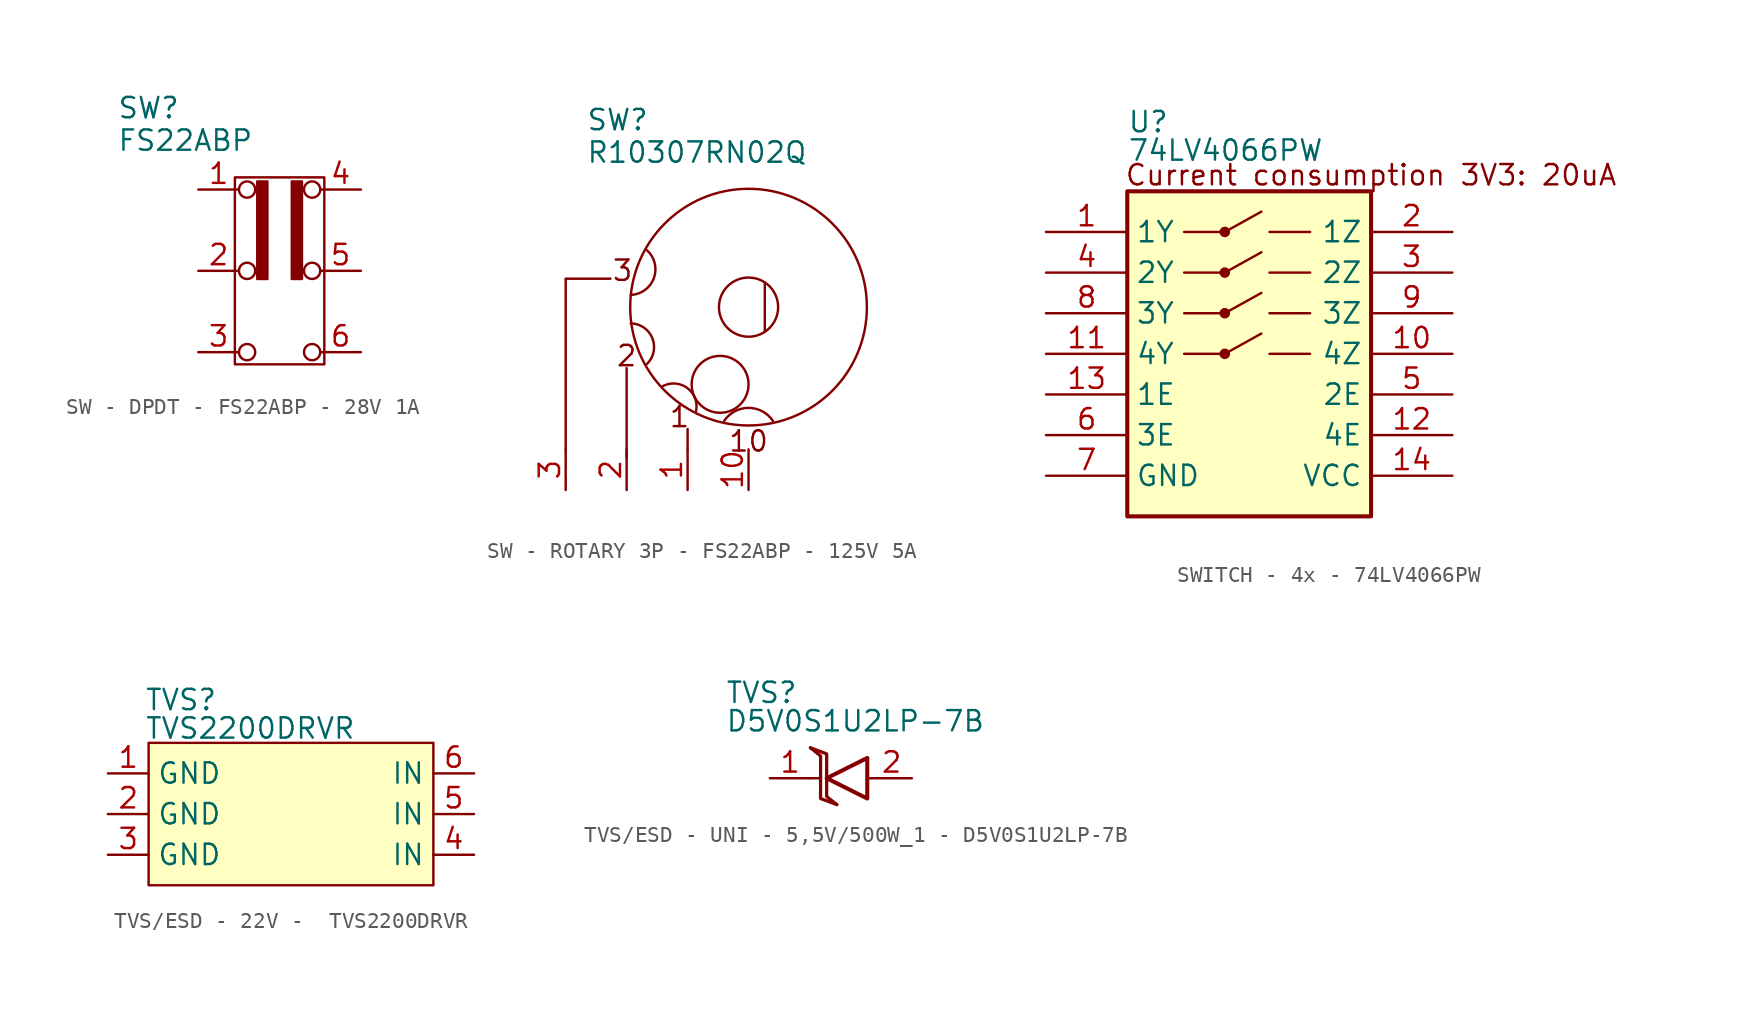
<source format=kicad_sym>
(kicad_symbol_lib
  (version 20241209)
  (generator "kicad_symbol_editor")
  (generator_version "9.0")
  (symbol "SW - DPDT - FS22ABP - 28V 1A"
    (pin_names
      (hide yes))
    (property "Reference" "SW"
      (at -10.16 10.922 0)
      (effects (font (size 1.27 1.27)) (justify left top)))
    (property "Value" "FS22ABP"
      (at -10.16 8.89 0)
      (effects (font (size 1.27 1.27)) (justify left top)))
    (symbol "SW - DPDT - FS22ABP - 28V 1A_0_0"
      (circle (center -2.032 5.08) (radius 0.508) (stroke (width 0) (type default)) (fill (type none)))
      (circle (center -2.032 -5.08) (radius 0.508) (stroke (width 0) (type default)) (fill (type none)))
      (circle (center 2.032 0) (radius 0.508) (stroke (width 0) (type default)) (fill (type none)))
      (circle (center 2.032 -5.08) (radius 0.508) (stroke (width 0) (type default)) (fill (type none))))
    (symbol "SW - DPDT - FS22ABP - 28V 1A_0_1"
      (rectangle (start -2.794 5.842) (end 2.794 -5.842) (stroke (width 0) (type default)) (fill (type none)))
      (circle (center -2.032 0) (radius 0.508) (stroke (width 0) (type default)) (fill (type none)))
      (circle (center 2.032 5.08) (radius 0.508) (stroke (width 0) (type default)) (fill (type none))))
    (symbol "SW - DPDT - FS22ABP - 28V 1A_1_1"
      (rectangle (start -1.397 5.588) (end -0.762 -0.508) (stroke (width 0) (type default)) (fill (type outline)))
      (rectangle (start 0.762 5.588) (end 1.397 -0.508) (stroke (width 0) (type default)) (fill (type outline)))
      (pin passive line (at -5.08 5.08 0) (length 2.54) (name "A1" (effects (font (size 1.27 1.27)))) (number "1" (effects (font (size 1.27 1.27)))))
      (pin passive line (at -5.08 0 0) (length 2.54) (name "COM" (effects (font (size 1.27 1.27)))) (number "2" (effects (font (size 1.27 1.27)))))
      (pin passive line (at -5.08 -5.08 0) (length 2.54) (name "B1" (effects (font (size 1.27 1.27)))) (number "3" (effects (font (size 1.27 1.27)))))
      (pin passive line (at 5.08 5.08 180) (length 2.54) (name "A2" (effects (font (size 1.27 1.27)))) (number "4" (effects (font (size 1.27 1.27)))))
      (pin passive line (at 5.08 0 180) (length 2.54) (name "COM" (effects (font (size 1.27 1.27)))) (number "5" (effects (font (size 1.27 1.27)))))
      (pin passive line (at 5.08 -5.08 180) (length 2.54) (name "B2" (effects (font (size 1.27 1.27)))) (number "6" (effects (font (size 1.27 1.27)))))))
  (symbol "SW - ROTARY 3P - FS22ABP - 125V 5A"
    (pin_names
      (hide yes))
    (property "Reference" "SW"
      (at -10.16 12.446 0)
      (effects (font (size 1.27 1.27)) (justify left top)))
    (property "Value" "R10307RN02Q"
      (at -10.16 10.414 0)
      (effects (font (size 1.27 1.27)) (justify left top)))
    (symbol "SW - ROTARY 3P - FS22ABP - 125V 5A_0_0"
      (polyline (pts (xy -11.43 -8.89) (xy -11.43 1.778) (xy -8.636 1.778)) (stroke (width 0) (type default)) (fill (type none)))
      (arc (start -6.35 3.556) (mid -5.9152 1.8161) (end -7.366 0.762) (stroke (width 0) (type default)) (fill (type none)))
      (arc (start -7.366 -1.016) (mid -6.0092 -1.9465) (end -6.35 -3.556) (stroke (width 0) (type default)) (fill (type none)))
      (arc (start -5.3797 -4.9481) (mid -3.7901 -5.0851) (end -3.302 -6.604) (stroke (width 0) (type default)) (fill (type none)))
      (polyline (pts (xy -3.81 -8.89) (xy -3.81 -7.62)) (stroke (width 0) (type default)) (fill (type none)))
      (circle (center -1.778 -4.826) (radius 1.778) (stroke (width 0) (type default)) (fill (type none)))
      (arc (start -1.524 -7.112) (mid 0 -6.2964) (end 1.524 -7.112) (stroke (width 0) (type default)) (fill (type none)))
      (polyline (pts (xy 1.016 1.524) (xy 1.016 -1.524)) (stroke (width 0) (type default)) (fill (type none)))
      (text "3" (at -7.874 2.286 0) (effects (font (size 1.27 1.27))))
      (text "2" (at -7.62 -3.048 0) (effects (font (size 1.27 1.27))))
      (text "1" (at -4.318 -6.858 0) (effects (font (size 1.27 1.27)))))
    (symbol "SW - ROTARY 3P - FS22ABP - 125V 5A_0_1"
      (circle (center 0 0) (radius 1.849) (stroke (width 0) (type default)) (fill (type none))))
    (symbol "SW - ROTARY 3P - FS22ABP - 125V 5A_1_0"
      (polyline (pts (xy -7.62 -9.398) (xy -7.62 -3.81) (xy -7.62 -4.064)) (stroke (width 0) (type default)) (fill (type none)))
      (circle (center 0 0) (radius 7.397) (stroke (width 0) (type default)) (fill (type none)))
      (text "10" (at 0 -8.382 0) (effects (font (size 1.27 1.27)))))
    (symbol "SW - ROTARY 3P - FS22ABP - 125V 5A_1_1"
      (pin passive line (at -11.43 -11.43 90) (length 2.54) (name "3" (effects (font (size 1.27 1.27)))) (number "3" (effects (font (size 1.27 1.27)))))
      (pin passive line (at -7.62 -11.43 90) (length 2.54) (name "2" (effects (font (size 1.27 1.27)))) (number "2" (effects (font (size 1.27 1.27)))))
      (pin passive line (at -3.81 -11.43 90) (length 2.54) (name "1" (effects (font (size 1.27 1.27)))) (number "1" (effects (font (size 1.27 1.27)))))
      (pin passive line (at 0 -11.43 90) (length 2.54) (name "10" (effects (font (size 1.27 1.27)))) (number "10" (effects (font (size 1.27 1.27)))))))
  (symbol "SWITCH - 4x - 74LV4066PW"
    (property "Reference" "U"
      (at -7.62 15.24 0)
      (effects (font (size 1.27 1.27)) (justify left top)))
    (property "Value" "74LV4066PW"
      (at -7.62 13.462 0)
      (effects (font (size 1.27 1.27)) (justify left top)))
    (symbol "SWITCH - 4x - 74LV4066PW_0_1"
      (polyline (pts (xy -4.064 7.62) (xy -1.524 7.62)) (stroke (width 0) (type default)) (fill (type none)))
      (polyline (pts (xy -4.064 5.08) (xy -1.524 5.08)) (stroke (width 0) (type default)) (fill (type none)))
      (polyline (pts (xy -4.064 2.54) (xy -1.524 2.54)) (stroke (width 0) (type default)) (fill (type none)))
      (polyline (pts (xy -4.064 0) (xy -1.524 0)) (stroke (width 0) (type default)) (fill (type none)))
      (polyline (pts (xy -1.524 7.62) (xy 0.762 8.89)) (stroke (width 0) (type default)) (fill (type none)))
      (polyline (pts (xy -1.524 5.08) (xy 0.762 6.35)) (stroke (width 0) (type default)) (fill (type none)))
      (polyline (pts (xy -1.524 2.54) (xy 0.762 3.81)) (stroke (width 0) (type default)) (fill (type none)))
      (polyline (pts (xy -1.524 0) (xy 0.762 1.27)) (stroke (width 0) (type default)) (fill (type none)))
      (polyline (pts (xy 3.81 7.62) (xy 1.27 7.62)) (stroke (width 0) (type default)) (fill (type none)))
      (polyline (pts (xy 3.81 5.08) (xy 1.27 5.08)) (stroke (width 0) (type default)) (fill (type none)))
      (polyline (pts (xy 3.81 2.54) (xy 1.27 2.54)) (stroke (width 0) (type default)) (fill (type none)))
      (polyline (pts (xy 3.81 0) (xy 1.27 0)) (stroke (width 0) (type default)) (fill (type none))))
    (symbol "SWITCH - 4x - 74LV4066PW_1_1"
      (rectangle (start -7.62 10.16) (end 7.62 -10.16) (stroke (width 0.254) (type default)) (fill (type background)))
      (circle (center -1.524 7.62) (radius 0.254) (stroke (width 0) (type default)) (fill (type outline)))
      (circle (center -1.524 5.08) (radius 0.254) (stroke (width 0) (type default)) (fill (type outline)))
      (circle (center -1.524 2.54) (radius 0.254) (stroke (width 0) (type default)) (fill (type outline)))
      (circle (center -1.524 0) (radius 0.254) (stroke (width 0) (type default)) (fill (type outline)))
      (text "Current consumption 3V3: 20uA" (at 7.62 11.176 0) (effects (font (size 1.27 1.27) (color 132 0 0 1))))
      (pin passive line (at -12.7 7.62 0) (length 5.08) (name "1Y" (effects (font (size 1.27 1.27)))) (number "1" (effects (font (size 1.27 1.27)))))
      (pin passive line (at -12.7 5.08 0) (length 5.08) (name "2Y" (effects (font (size 1.27 1.27)))) (number "4" (effects (font (size 1.27 1.27)))))
      (pin passive line (at -12.7 2.54 0) (length 5.08) (name "3Y" (effects (font (size 1.27 1.27)))) (number "8" (effects (font (size 1.27 1.27)))))
      (pin passive line (at -12.7 0 0) (length 5.08) (name "4Y" (effects (font (size 1.27 1.27)))) (number "11" (effects (font (size 1.27 1.27)))))
      (pin passive line (at -12.7 -2.54 0) (length 5.08) (name "1E" (effects (font (size 1.27 1.27)))) (number "13" (effects (font (size 1.27 1.27)))))
      (pin passive line (at -12.7 -5.08 0) (length 5.08) (name "3E" (effects (font (size 1.27 1.27)))) (number "6" (effects (font (size 1.27 1.27)))))
      (pin passive line (at -12.7 -7.62 0) (length 5.08) (name "GND" (effects (font (size 1.27 1.27)))) (number "7" (effects (font (size 1.27 1.27)))))
      (pin passive line (at 12.7 7.62 180) (length 5.08) (name "1Z" (effects (font (size 1.27 1.27)))) (number "2" (effects (font (size 1.27 1.27)))))
      (pin passive line (at 12.7 5.08 180) (length 5.08) (name "2Z" (effects (font (size 1.27 1.27)))) (number "3" (effects (font (size 1.27 1.27)))))
      (pin passive line (at 12.7 2.54 180) (length 5.08) (name "3Z" (effects (font (size 1.27 1.27)))) (number "9" (effects (font (size 1.27 1.27)))))
      (pin passive line (at 12.7 0 180) (length 5.08) (name "4Z" (effects (font (size 1.27 1.27)))) (number "10" (effects (font (size 1.27 1.27)))))
      (pin passive line (at 12.7 -2.54 180) (length 5.08) (name "2E" (effects (font (size 1.27 1.27)))) (number "5" (effects (font (size 1.27 1.27)))))
      (pin passive line (at 12.7 -5.08 180) (length 5.08) (name "4E" (effects (font (size 1.27 1.27)))) (number "12" (effects (font (size 1.27 1.27)))))
      (pin passive line (at 12.7 -7.62 180) (length 5.08) (name "VCC" (effects (font (size 1.27 1.27)))) (number "14" (effects (font (size 1.27 1.27)))))))
  (symbol "TVS/ESD - 22V -  TVS2200DRVR"
    (property "Reference" "TVS"
      (at -9.144 7.874 0)
      (effects (font (size 1.27 1.27)) (justify left top)))
    (property "Value" "TVS2200DRVR"
      (at -9.144 6.096 0)
      (effects (font (size 1.27 1.27)) (justify left top)))
    (symbol "TVS/ESD - 22V -  TVS2200DRVR_1_0"
      (rectangle (start -8.89 4.445) (end 8.89 -4.445) (stroke (width 0) (type default)) (fill (type background))))
    (symbol "TVS/ESD - 22V -  TVS2200DRVR_1_1"
      (pin passive line (at -11.43 2.54 0) (length 2.54) (name "GND" (effects (font (size 1.27 1.27)))) (number "1" (effects (font (size 1.27 1.27)))))
      (pin passive line (at -11.43 0 0) (length 2.54) (name "GND" (effects (font (size 1.27 1.27)))) (number "2" (effects (font (size 1.27 1.27)))))
      (pin passive line (at -11.43 0 0) (length 2.54) (hide yes) (name "GND" (effects (font (size 1.27 1.27)))) (number "7" (effects (font (size 1.27 1.27)))))
      (pin passive line (at -11.43 -2.54 0) (length 2.54) (name "GND" (effects (font (size 1.27 1.27)))) (number "3" (effects (font (size 1.27 1.27)))))
      (pin passive line (at 11.43 2.54 180) (length 2.54) (name "IN" (effects (font (size 1.27 1.27)))) (number "6" (effects (font (size 1.27 1.27)))))
      (pin passive line (at 11.43 0 180) (length 2.54) (name "IN" (effects (font (size 1.27 1.27)))) (number "5" (effects (font (size 1.27 1.27)))))
      (pin passive line (at 11.43 -2.54 180) (length 2.54) (name "IN" (effects (font (size 1.27 1.27)))) (number "4" (effects (font (size 1.27 1.27)))))))
  (symbol "TVS/ESD - UNI - 5,5V/500W_1 - D5V0S1U2LP-7B"
    (property "Reference" "TVS"
      (at -6.604 6.096 0)
      (effects (font (size 1.27 1.27)) (justify left top)))
    (property "Value" "D5V0S1U2LP-7B"
      (at -6.604 4.318 0)
      (effects (font (size 1.27 1.27)) (justify left top)))
    (symbol "TVS/ESD - UNI - 5,5V/500W_1 - D5V0S1U2LP-7B_0_1"
      (polyline (pts (xy -1.27 1.905) (xy -0.635 1.397) (xy -0.635 -1.27) (xy 0.381 -1.651)) (stroke (width 0.203) (type default)) (fill (type none)))
      (polyline (pts (xy -1.27 1.905) (xy -0.254 1.524) (xy -0.254 -1.143) (xy 0.381 -1.651)) (stroke (width 0.203) (type default)) (fill (type none)))
      (polyline (pts (xy -1.27 0) (xy -0.762 0)) (stroke (width 0) (type default)) (fill (type none)))
      (polyline (pts (xy 2.286 -1.27) (xy 2.286 1.27) (xy -0.254 0) (xy 2.286 -1.27)) (stroke (width 0.254) (type default)) (fill (type none)))
      (polyline (pts (xy 2.54 0) (xy 2.286 0)) (stroke (width 0) (type default)) (fill (type none))))
    (symbol "TVS/ESD - UNI - 5,5V/500W_1 - D5V0S1U2LP-7B_1_1"
      (pin passive line (at -3.81 0 0) (length 2.54) (name "" (effects (font (size 1.27 1.27)))) (number "1" (effects (font (size 1.27 1.27)))))
      (pin passive line (at 5.08 0 180) (length 2.54) (name "" (effects (font (size 1.27 1.27)))) (number "2" (effects (font (size 1.27 1.27))))))))
</source>
